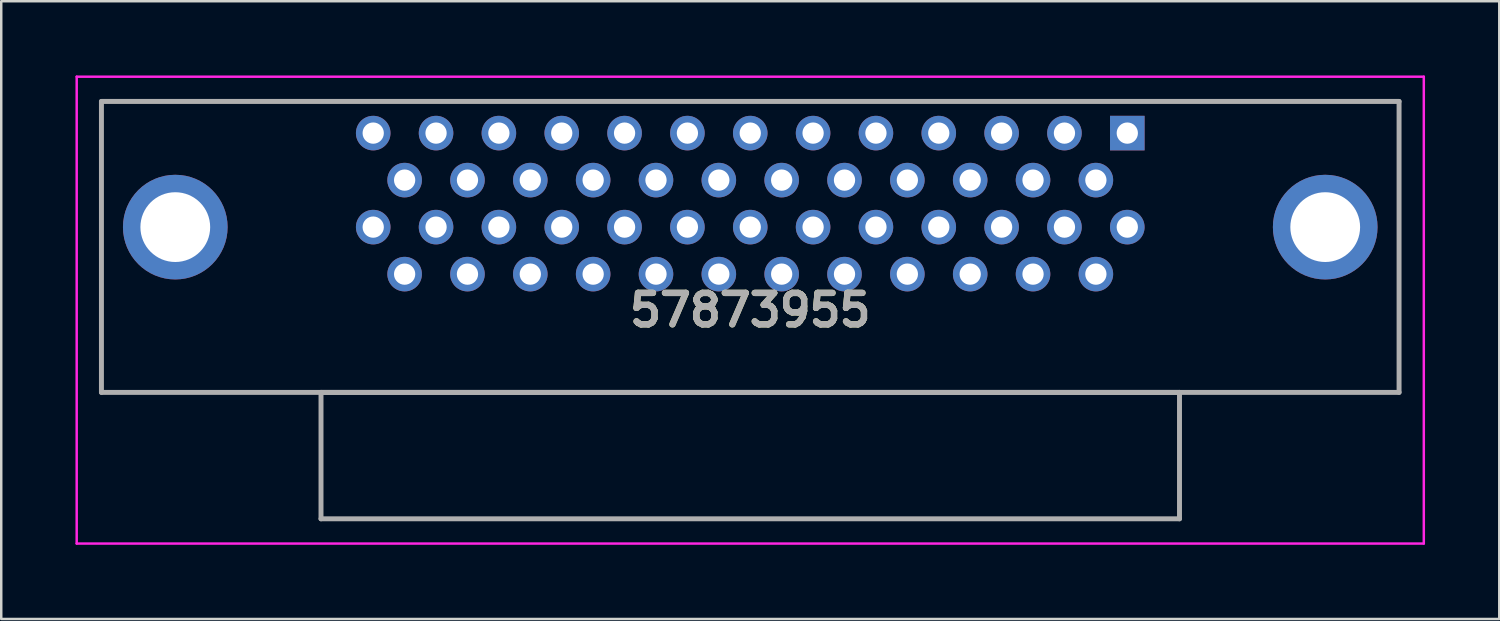
<source format=kicad_pcb>
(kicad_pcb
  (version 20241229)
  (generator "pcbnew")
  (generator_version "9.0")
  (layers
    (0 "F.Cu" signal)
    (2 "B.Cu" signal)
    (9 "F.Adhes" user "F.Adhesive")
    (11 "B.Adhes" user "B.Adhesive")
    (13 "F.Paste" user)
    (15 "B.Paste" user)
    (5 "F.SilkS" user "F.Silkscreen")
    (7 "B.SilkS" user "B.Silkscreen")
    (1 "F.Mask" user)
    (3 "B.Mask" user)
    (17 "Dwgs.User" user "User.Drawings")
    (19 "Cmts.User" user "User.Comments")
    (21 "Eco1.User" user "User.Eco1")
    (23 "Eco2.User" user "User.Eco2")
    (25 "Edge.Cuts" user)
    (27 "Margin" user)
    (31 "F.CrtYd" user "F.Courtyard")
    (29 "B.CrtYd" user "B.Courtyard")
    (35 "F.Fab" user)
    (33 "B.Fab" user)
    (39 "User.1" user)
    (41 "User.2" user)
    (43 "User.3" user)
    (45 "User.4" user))
  (footprint "57873955"
    (layer "F.Cu")
    (at 42.515 2.33)
    (property "Reference" "57873955" (at -15.24 7.155 0) (layer "F.SilkS") (effects (font (size 1.27 1.27) (thickness 0.254))))
    (attr through_hole)
    (fp_line (start -41.465 -1.28) (end -41.465 10.48) (stroke (width 0.1) (type solid)) (layer "F.SilkS"))
    (fp_line (start -41.465 10.48) (end 10.985 10.48) (stroke (width 0.1) (type solid)) (layer "F.SilkS"))
    (fp_line (start 10.985 -1.28) (end -41.465 -1.28) (stroke (width 0.1) (type solid)) (layer "F.SilkS"))
    (fp_line (start 10.985 10.48) (end 10.985 -1.28) (stroke (width 0.1) (type solid)) (layer "F.SilkS"))
    (fp_line (start -42.465 -2.28) (end 11.985 -2.28) (stroke (width 0.1) (type solid)) (layer "F.CrtYd"))
    (fp_line (start -42.465 16.59) (end -42.465 -2.28) (stroke (width 0.1) (type solid)) (layer "F.CrtYd"))
    (fp_line (start 11.985 -2.28) (end 11.985 16.59) (stroke (width 0.1) (type solid)) (layer "F.CrtYd"))
    (fp_line (start 11.985 16.59) (end -42.465 16.59) (stroke (width 0.1) (type solid)) (layer "F.CrtYd"))
    (fp_line (start -41.465 -1.28) (end -41.465 10.48) (stroke (width 0.2) (type solid)) (layer "F.Fab"))
    (fp_line (start -41.465 10.48) (end 10.985 10.48) (stroke (width 0.2) (type solid)) (layer "F.Fab"))
    (fp_line (start -32.59 10.48) (end -32.59 15.59) (stroke (width 0.2) (type solid)) (layer "F.Fab"))
    (fp_line (start -32.59 15.59) (end 2.11 15.59) (stroke (width 0.2) (type solid)) (layer "F.Fab"))
    (fp_line (start 2.11 10.48) (end -32.59 10.48) (stroke (width 0.2) (type solid)) (layer "F.Fab"))
    (fp_line (start 2.11 15.59) (end 2.11 10.48) (stroke (width 0.2) (type solid)) (layer "F.Fab"))
    (fp_line (start 10.985 -1.28) (end -41.465 -1.28) (stroke (width 0.2) (type solid)) (layer "F.Fab"))
    (fp_line (start 10.985 10.48) (end 10.985 -1.28) (stroke (width 0.2) (type solid)) (layer "F.Fab"))
    (fp_text user "${REFERENCE}" (at -15.24 7.155 0) (layer "F.Fab") (effects (font (size 1.27 1.27) (thickness 0.254))))
    (pad "1" thru_hole rect (at 0 0) (size 1.397 1.397) (drill 0.86) (layers "*.Cu" "*.Mask"))
    (pad "2" thru_hole circle (at -1.27 1.9) (size 1.397 1.397) (drill 0.86) (layers "*.Cu" "*.Mask"))
    (pad "3" thru_hole circle (at -2.54 0) (size 1.397 1.397) (drill 0.86) (layers "*.Cu" "*.Mask"))
    (pad "4" thru_hole circle (at -3.81 1.9) (size 1.397 1.397) (drill 0.86) (layers "*.Cu" "*.Mask"))
    (pad "5" thru_hole circle (at -5.08 0) (size 1.397 1.397) (drill 0.86) (layers "*.Cu" "*.Mask"))
    (pad "6" thru_hole circle (at -6.35 1.9) (size 1.397 1.397) (drill 0.86) (layers "*.Cu" "*.Mask"))
    (pad "7" thru_hole circle (at -7.62 0) (size 1.397 1.397) (drill 0.86) (layers "*.Cu" "*.Mask"))
    (pad "8" thru_hole circle (at -8.89 1.9) (size 1.397 1.397) (drill 0.86) (layers "*.Cu" "*.Mask"))
    (pad "9" thru_hole circle (at -10.16 0) (size 1.397 1.397) (drill 0.86) (layers "*.Cu" "*.Mask"))
    (pad "10" thru_hole circle (at -11.43 1.9) (size 1.397 1.397) (drill 0.86) (layers "*.Cu" "*.Mask"))
    (pad "11" thru_hole circle (at -12.7 0) (size 1.397 1.397) (drill 0.86) (layers "*.Cu" "*.Mask"))
    (pad "12" thru_hole circle (at -13.97 1.9) (size 1.397 1.397) (drill 0.86) (layers "*.Cu" "*.Mask"))
    (pad "13" thru_hole circle (at -15.24 0) (size 1.397 1.397) (drill 0.86) (layers "*.Cu" "*.Mask"))
    (pad "14" thru_hole circle (at -16.51 1.9) (size 1.397 1.397) (drill 0.86) (layers "*.Cu" "*.Mask"))
    (pad "15" thru_hole circle (at -17.78 0) (size 1.397 1.397) (drill 0.86) (layers "*.Cu" "*.Mask"))
    (pad "16" thru_hole circle (at -19.05 1.9) (size 1.397 1.397) (drill 0.86) (layers "*.Cu" "*.Mask"))
    (pad "17" thru_hole circle (at -20.32 0) (size 1.397 1.397) (drill 0.86) (layers "*.Cu" "*.Mask"))
    (pad "18" thru_hole circle (at -21.59 1.9) (size 1.397 1.397) (drill 0.86) (layers "*.Cu" "*.Mask"))
    (pad "19" thru_hole circle (at -22.86 0) (size 1.397 1.397) (drill 0.86) (layers "*.Cu" "*.Mask"))
    (pad "20" thru_hole circle (at -24.13 1.9) (size 1.397 1.397) (drill 0.86) (layers "*.Cu" "*.Mask"))
    (pad "21" thru_hole circle (at -25.4 0) (size 1.397 1.397) (drill 0.86) (layers "*.Cu" "*.Mask"))
    (pad "22" thru_hole circle (at -26.67 1.9) (size 1.397 1.397) (drill 0.86) (layers "*.Cu" "*.Mask"))
    (pad "23" thru_hole circle (at -27.94 0) (size 1.397 1.397) (drill 0.86) (layers "*.Cu" "*.Mask"))
    (pad "24" thru_hole circle (at -29.21 1.9) (size 1.397 1.397) (drill 0.86) (layers "*.Cu" "*.Mask"))
    (pad "25" thru_hole circle (at -30.48 0) (size 1.397 1.397) (drill 0.86) (layers "*.Cu" "*.Mask"))
    (pad "26" thru_hole circle (at 0 3.8) (size 1.397 1.397) (drill 0.86) (layers "*.Cu" "*.Mask"))
    (pad "27" thru_hole circle (at -1.27 5.7) (size 1.397 1.397) (drill 0.86) (layers "*.Cu" "*.Mask"))
    (pad "28" thru_hole circle (at -2.54 3.8) (size 1.397 1.397) (drill 0.86) (layers "*.Cu" "*.Mask"))
    (pad "29" thru_hole circle (at -3.81 5.7) (size 1.397 1.397) (drill 0.86) (layers "*.Cu" "*.Mask"))
    (pad "30" thru_hole circle (at -5.08 3.8) (size 1.397 1.397) (drill 0.86) (layers "*.Cu" "*.Mask"))
    (pad "31" thru_hole circle (at -6.35 5.7) (size 1.397 1.397) (drill 0.86) (layers "*.Cu" "*.Mask"))
    (pad "32" thru_hole circle (at -7.62 3.8) (size 1.397 1.397) (drill 0.86) (layers "*.Cu" "*.Mask"))
    (pad "33" thru_hole circle (at -8.89 5.7) (size 1.397 1.397) (drill 0.86) (layers "*.Cu" "*.Mask"))
    (pad "34" thru_hole circle (at -10.16 3.8) (size 1.397 1.397) (drill 0.86) (layers "*.Cu" "*.Mask"))
    (pad "35" thru_hole circle (at -11.43 5.7) (size 1.397 1.397) (drill 0.86) (layers "*.Cu" "*.Mask"))
    (pad "36" thru_hole circle (at -12.7 3.8) (size 1.397 1.397) (drill 0.86) (layers "*.Cu" "*.Mask"))
    (pad "37" thru_hole circle (at -13.97 5.7) (size 1.397 1.397) (drill 0.86) (layers "*.Cu" "*.Mask"))
    (pad "38" thru_hole circle (at -15.24 3.8) (size 1.397 1.397) (drill 0.86) (layers "*.Cu" "*.Mask"))
    (pad "39" thru_hole circle (at -16.51 5.7) (size 1.397 1.397) (drill 0.86) (layers "*.Cu" "*.Mask"))
    (pad "40" thru_hole circle (at -17.78 3.8) (size 1.397 1.397) (drill 0.86) (layers "*.Cu" "*.Mask"))
    (pad "41" thru_hole circle (at -19.05 5.7) (size 1.397 1.397) (drill 0.86) (layers "*.Cu" "*.Mask"))
    (pad "42" thru_hole circle (at -20.32 3.8) (size 1.397 1.397) (drill 0.86) (layers "*.Cu" "*.Mask"))
    (pad "43" thru_hole circle (at -21.59 5.7) (size 1.397 1.397) (drill 0.86) (layers "*.Cu" "*.Mask"))
    (pad "44" thru_hole circle (at -22.86 3.8) (size 1.397 1.397) (drill 0.86) (layers "*.Cu" "*.Mask"))
    (pad "45" thru_hole circle (at -24.13 5.7) (size 1.397 1.397) (drill 0.86) (layers "*.Cu" "*.Mask"))
    (pad "46" thru_hole circle (at -25.4 3.8) (size 1.397 1.397) (drill 0.86) (layers "*.Cu" "*.Mask"))
    (pad "47" thru_hole circle (at -26.67 5.7) (size 1.397 1.397) (drill 0.86) (layers "*.Cu" "*.Mask"))
    (pad "48" thru_hole circle (at -27.94 3.8) (size 1.397 1.397) (drill 0.86) (layers "*.Cu" "*.Mask"))
    (pad "49" thru_hole circle (at -29.21 5.7) (size 1.397 1.397) (drill 0.86) (layers "*.Cu" "*.Mask"))
    (pad "50" thru_hole circle (at -30.48 3.8) (size 1.397 1.397) (drill 0.86) (layers "*.Cu" "*.Mask"))
    (pad "MH1" thru_hole circle (at 8 3.8) (size 4.23 4.23) (drill 2.82) (layers "*.Cu" "*.Mask"))
    (pad "MH2" thru_hole circle (at -38.48 3.8) (size 4.23 4.23) (drill 2.82) (layers "*.Cu" "*.Mask")))
  (gr_rect
    (start -3 -3)
    (end 57.55 21.97)
    (stroke (width 0.1) (type default))
    (fill no)
    (layer "Edge.Cuts")))
</source>
